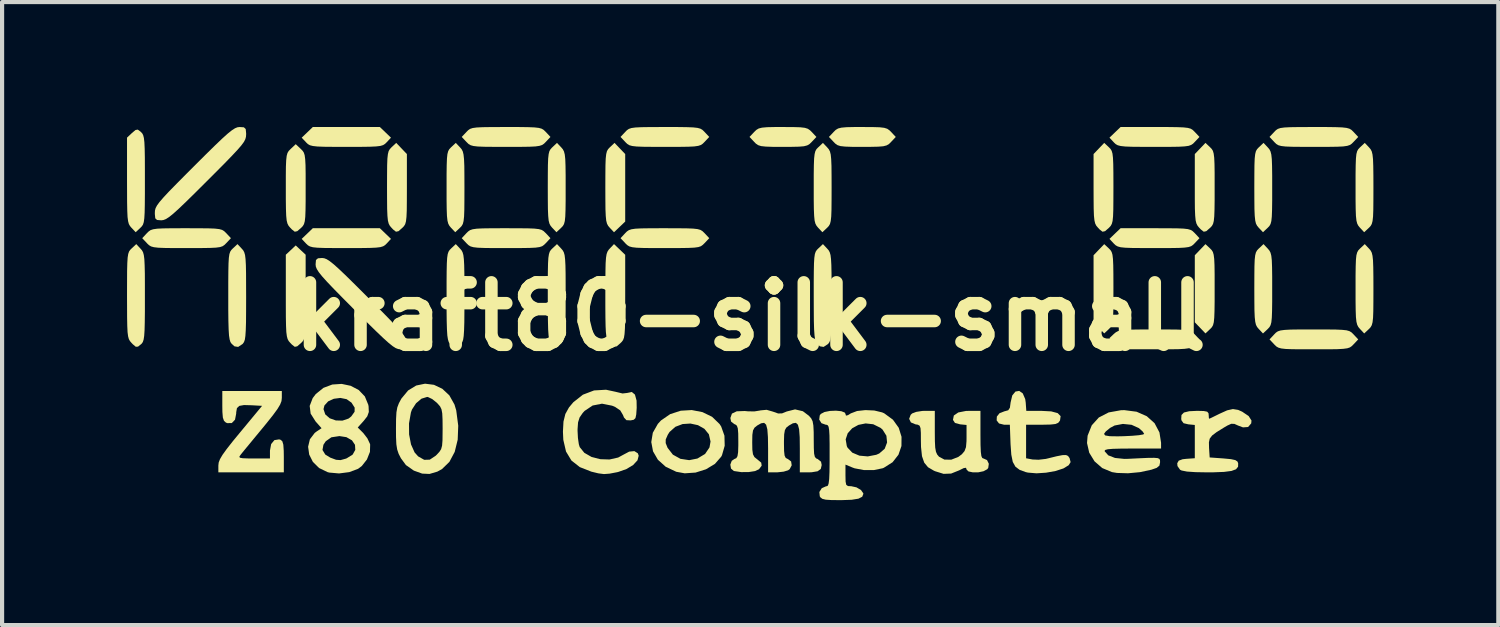
<source format=kicad_pcb>
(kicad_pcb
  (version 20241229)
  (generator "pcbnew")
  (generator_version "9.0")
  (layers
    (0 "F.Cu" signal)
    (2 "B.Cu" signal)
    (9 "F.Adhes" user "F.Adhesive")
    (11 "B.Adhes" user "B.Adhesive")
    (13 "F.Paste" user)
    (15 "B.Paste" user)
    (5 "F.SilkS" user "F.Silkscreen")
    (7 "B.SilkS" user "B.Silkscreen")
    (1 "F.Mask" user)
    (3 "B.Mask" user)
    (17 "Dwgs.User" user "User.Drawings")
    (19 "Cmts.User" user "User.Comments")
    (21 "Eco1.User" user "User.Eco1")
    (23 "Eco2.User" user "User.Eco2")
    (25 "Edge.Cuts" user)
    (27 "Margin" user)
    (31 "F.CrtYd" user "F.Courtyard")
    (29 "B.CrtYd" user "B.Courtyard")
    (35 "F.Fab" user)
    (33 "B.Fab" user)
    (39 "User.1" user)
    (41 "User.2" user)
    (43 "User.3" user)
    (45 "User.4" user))
  (footprint "kraft80-silk-small"
    (layer "F.Cu")
    (at 14.964 4.551)
    (property "Reference" "kraft80-silk-small" (at 0 0 0) (layer "F.SilkS") (effects (font (size 1.5 1.5) (thickness 0.3))))
    (attr board_only exclude_from_pos_files exclude_from_bom)
    (fp_poly (pts (xy -3.13 -4.036) (xy -3.002 -3.902) (xy -3.002 -3.092) (xy -3.002 -2.281) (xy -3.136 -2.153) (xy -3.271 -2.024) (xy -3.375 -2.135) (xy -3.412 -2.179) (xy -3.439 -2.231) (xy -3.458 -2.305) (xy -3.469 -2.416) (xy -3.476 -2.578) (xy -3.478 -2.807) (xy -3.479 -3.104) (xy -3.478 -3.41) (xy -3.476 -3.635) (xy -3.47 -3.794) (xy -3.458 -3.901) (xy -3.44 -3.972) (xy -3.412 -4.02) (xy -3.375 -4.06) (xy -3.369 -4.066) (xy -3.258 -4.17)) (stroke (width 0) (type solid)) (fill yes) (layer "F.SilkS"))
    (fp_poly (pts (xy -8.759 -4.423) (xy -8.626 -4.295) (xy -8.729 -4.185) (xy -8.769 -4.146) (xy -8.815 -4.117) (xy -8.881 -4.097) (xy -8.982 -4.085) (xy -9.132 -4.078) (xy -9.346 -4.075) (xy -9.638 -4.074) (xy -9.698 -4.074) (xy -10.005 -4.075) (xy -10.231 -4.077) (xy -10.391 -4.083) (xy -10.5 -4.095) (xy -10.571 -4.113) (xy -10.619 -4.14) (xy -10.659 -4.177) (xy -10.666 -4.185) (xy -10.77 -4.295) (xy -10.636 -4.423) (xy -10.503 -4.551) (xy -9.698 -4.551) (xy -8.893 -4.551)) (stroke (width 0) (type solid)) (fill yes) (layer "F.SilkS"))
    (fp_poly (pts (xy -8.759 -1.993) (xy -8.626 -1.865) (xy -8.729 -1.754) (xy -8.769 -1.715) (xy -8.815 -1.687) (xy -8.881 -1.667) (xy -8.982 -1.655) (xy -9.132 -1.648) (xy -9.346 -1.645) (xy -9.638 -1.644) (xy -9.698 -1.644) (xy -10.005 -1.645) (xy -10.231 -1.647) (xy -10.391 -1.653) (xy -10.5 -1.664) (xy -10.571 -1.683) (xy -10.619 -1.71) (xy -10.659 -1.747) (xy -10.666 -1.754) (xy -10.77 -1.865) (xy -10.636 -1.993) (xy -10.503 -2.121) (xy -9.698 -2.121) (xy -8.893 -2.121)) (stroke (width 0) (type solid)) (fill yes) (layer "F.SilkS"))
    (fp_poly (pts (xy 8.611 -1.636) (xy 8.65 -1.596) (xy 8.678 -1.55) (xy 8.698 -1.484) (xy 8.71 -1.383) (xy 8.717 -1.233) (xy 8.72 -1.019) (xy 8.721 -0.727) (xy 8.721 -0.667) (xy 8.72 -0.36) (xy 8.718 -0.134) (xy 8.712 0.026) (xy 8.701 0.135) (xy 8.682 0.206) (xy 8.655 0.254) (xy 8.618 0.294) (xy 8.611 0.301) (xy 8.5 0.405) (xy 8.372 0.271) (xy 8.244 0.138) (xy 8.244 -0.667) (xy 8.244 -1.472) (xy 8.372 -1.606) (xy 8.5 -1.739)) (stroke (width 0) (type solid)) (fill yes) (layer "F.SilkS"))
    (fp_poly (pts (xy 11.041 -1.636) (xy 11.08 -1.596) (xy 11.109 -1.55) (xy 11.128 -1.484) (xy 11.141 -1.383) (xy 11.148 -1.233) (xy 11.151 -1.019) (xy 11.151 -0.727) (xy 11.151 -0.667) (xy 11.151 -0.36) (xy 11.148 -0.134) (xy 11.142 0.026) (xy 11.131 0.135) (xy 11.113 0.206) (xy 11.086 0.254) (xy 11.049 0.294) (xy 11.041 0.301) (xy 10.931 0.405) (xy 10.803 0.271) (xy 10.675 0.138) (xy 10.675 -0.667) (xy 10.675 -1.472) (xy 10.803 -1.606) (xy 10.931 -1.739)) (stroke (width 0) (type solid)) (fill yes) (layer "F.SilkS"))
    (fp_poly (pts (xy -10.794 -1.596) (xy -10.675 -1.485) (xy -10.675 -0.477) (xy -10.675 -0.142) (xy -10.677 0.11) (xy -10.681 0.294) (xy -10.69 0.422) (xy -10.704 0.507) (xy -10.725 0.564) (xy -10.754 0.604) (xy -10.785 0.635) (xy -10.876 0.714) (xy -10.936 0.727) (xy -11.005 0.673) (xy -11.048 0.628) (xy -11.082 0.588) (xy -11.108 0.54) (xy -11.126 0.472) (xy -11.139 0.371) (xy -11.146 0.222) (xy -11.15 0.013) (xy -11.151 -0.27) (xy -11.151 -0.483) (xy -11.151 -1.485) (xy -11.032 -1.596) (xy -10.913 -1.708)) (stroke (width 0) (type solid)) (fill yes) (layer "F.SilkS"))
    (fp_poly (pts (xy 1.031 -4.55) (xy 1.199 -4.545) (xy 1.311 -4.532) (xy 1.383 -4.509) (xy 1.437 -4.472) (xy 1.477 -4.432) (xy 1.589 -4.313) (xy 1.477 -4.194) (xy 1.425 -4.143) (xy 1.369 -4.11) (xy 1.289 -4.089) (xy 1.166 -4.079) (xy 0.982 -4.075) (xy 0.786 -4.074) (xy 0.542 -4.075) (xy 0.373 -4.081) (xy 0.262 -4.093) (xy 0.189 -4.116) (xy 0.135 -4.153) (xy 0.095 -4.194) (xy -0.017 -4.313) (xy 0.095 -4.432) (xy 0.147 -4.482) (xy 0.204 -4.516) (xy 0.284 -4.536) (xy 0.406 -4.547) (xy 0.591 -4.551) (xy 0.786 -4.551)) (stroke (width 0) (type solid)) (fill yes) (layer "F.SilkS"))
    (fp_poly (pts (xy 2.937 -4.55) (xy 3.106 -4.545) (xy 3.217 -4.532) (xy 3.29 -4.509) (xy 3.343 -4.472) (xy 3.383 -4.432) (xy 3.495 -4.313) (xy 3.383 -4.194) (xy 3.332 -4.143) (xy 3.275 -4.11) (xy 3.195 -4.089) (xy 3.072 -4.079) (xy 2.888 -4.075) (xy 2.692 -4.074) (xy 2.448 -4.075) (xy 2.279 -4.081) (xy 2.168 -4.093) (xy 2.095 -4.116) (xy 2.042 -4.153) (xy 2.002 -4.194) (xy 1.89 -4.313) (xy 2.002 -4.432) (xy 2.053 -4.482) (xy 2.11 -4.516) (xy 2.19 -4.536) (xy 2.313 -4.547) (xy 2.497 -4.551) (xy 2.692 -4.551)) (stroke (width 0) (type solid)) (fill yes) (layer "F.SilkS"))
    (fp_poly (pts (xy 10.01 0.31) (xy 10.234 0.312) (xy 10.393 0.318) (xy 10.5 0.33) (xy 10.571 0.348) (xy 10.62 0.376) (xy 10.661 0.414) (xy 10.675 0.429) (xy 10.787 0.548) (xy 10.675 0.667) (xy 10.632 0.71) (xy 10.587 0.741) (xy 10.524 0.762) (xy 10.428 0.775) (xy 10.285 0.783) (xy 10.08 0.786) (xy 9.797 0.786) (xy 9.722 0.786) (xy 8.882 0.786) (xy 8.753 0.652) (xy 8.625 0.518) (xy 8.735 0.414) (xy 8.78 0.377) (xy 8.831 0.35) (xy 8.905 0.331) (xy 9.016 0.319) (xy 9.179 0.313) (xy 9.408 0.31) (xy 9.704 0.31)) (stroke (width 0) (type solid)) (fill yes) (layer "F.SilkS"))
    (fp_poly (pts (xy 10.028 -4.551) (xy 10.248 -4.548) (xy 10.403 -4.542) (xy 10.507 -4.53) (xy 10.576 -4.511) (xy 10.624 -4.482) (xy 10.666 -4.441) (xy 10.675 -4.432) (xy 10.787 -4.313) (xy 10.675 -4.194) (xy 10.633 -4.151) (xy 10.588 -4.121) (xy 10.526 -4.099) (xy 10.432 -4.086) (xy 10.292 -4.078) (xy 10.09 -4.075) (xy 9.813 -4.074) (xy 9.698 -4.074) (xy 9.391 -4.075) (xy 9.164 -4.077) (xy 9.004 -4.083) (xy 8.896 -4.095) (xy 8.825 -4.113) (xy 8.776 -4.14) (xy 8.736 -4.177) (xy 8.729 -4.185) (xy 8.626 -4.295) (xy 8.759 -4.423) (xy 8.893 -4.551) (xy 9.728 -4.551)) (stroke (width 0) (type solid)) (fill yes) (layer "F.SilkS"))
    (fp_poly (pts (xy 10.028 -2.12) (xy 10.248 -2.118) (xy 10.403 -2.112) (xy 10.507 -2.1) (xy 10.576 -2.08) (xy 10.624 -2.051) (xy 10.666 -2.011) (xy 10.675 -2.002) (xy 10.787 -1.882) (xy 10.675 -1.763) (xy 10.633 -1.721) (xy 10.588 -1.69) (xy 10.526 -1.669) (xy 10.432 -1.656) (xy 10.292 -1.648) (xy 10.09 -1.645) (xy 9.813 -1.644) (xy 9.698 -1.644) (xy 9.391 -1.645) (xy 9.164 -1.647) (xy 9.004 -1.653) (xy 8.896 -1.664) (xy 8.825 -1.683) (xy 8.776 -1.71) (xy 8.736 -1.747) (xy 8.729 -1.754) (xy 8.626 -1.865) (xy 8.759 -1.993) (xy 8.893 -2.121) (xy 9.728 -2.121)) (stroke (width 0) (type solid)) (fill yes) (layer "F.SilkS"))
    (fp_poly (pts (xy -8.372 -4.036) (xy -8.244 -3.902) (xy -8.244 -3.068) (xy -8.245 -2.766) (xy -8.247 -2.546) (xy -8.254 -2.391) (xy -8.266 -2.287) (xy -8.285 -2.218) (xy -8.314 -2.171) (xy -8.353 -2.13) (xy -8.355 -2.129) (xy -8.445 -2.05) (xy -8.506 -2.037) (xy -8.575 -2.091) (xy -8.617 -2.136) (xy -8.654 -2.18) (xy -8.681 -2.232) (xy -8.7 -2.306) (xy -8.711 -2.417) (xy -8.718 -2.581) (xy -8.72 -2.81) (xy -8.721 -3.104) (xy -8.72 -3.41) (xy -8.718 -3.635) (xy -8.712 -3.794) (xy -8.7 -3.901) (xy -8.682 -3.972) (xy -8.654 -4.02) (xy -8.617 -4.06) (xy -8.611 -4.066) (xy -8.5 -4.17)) (stroke (width 0) (type solid)) (fill yes) (layer "F.SilkS"))
    (fp_poly (pts (xy 8.611 -4.066) (xy 8.65 -4.026) (xy 8.678 -3.98) (xy 8.698 -3.914) (xy 8.71 -3.813) (xy 8.717 -3.663) (xy 8.72 -3.449) (xy 8.721 -3.157) (xy 8.721 -3.098) (xy 8.72 -2.79) (xy 8.718 -2.564) (xy 8.712 -2.404) (xy 8.701 -2.296) (xy 8.682 -2.225) (xy 8.655 -2.176) (xy 8.618 -2.136) (xy 8.611 -2.129) (xy 8.52 -2.05) (xy 8.459 -2.037) (xy 8.39 -2.091) (xy 8.348 -2.136) (xy 8.31 -2.181) (xy 8.283 -2.234) (xy 8.265 -2.309) (xy 8.253 -2.423) (xy 8.247 -2.59) (xy 8.245 -2.825) (xy 8.244 -3.074) (xy 8.244 -3.902) (xy 8.372 -4.036) (xy 8.5 -4.17)) (stroke (width 0) (type solid)) (fill yes) (layer "F.SilkS"))
    (fp_poly (pts (xy 11.041 -4.066) (xy 11.08 -4.026) (xy 11.109 -3.98) (xy 11.128 -3.914) (xy 11.141 -3.813) (xy 11.148 -3.663) (xy 11.151 -3.449) (xy 11.151 -3.157) (xy 11.151 -3.098) (xy 11.151 -2.79) (xy 11.148 -2.564) (xy 11.142 -2.404) (xy 11.131 -2.296) (xy 11.113 -2.225) (xy 11.086 -2.176) (xy 11.049 -2.136) (xy 11.041 -2.129) (xy 10.95 -2.05) (xy 10.89 -2.037) (xy 10.821 -2.091) (xy 10.778 -2.136) (xy 10.741 -2.181) (xy 10.714 -2.234) (xy 10.695 -2.309) (xy 10.684 -2.423) (xy 10.677 -2.59) (xy 10.675 -2.825) (xy 10.675 -3.074) (xy 10.675 -3.902) (xy 10.803 -4.036) (xy 10.931 -4.17)) (stroke (width 0) (type solid)) (fill yes) (layer "F.SilkS"))
    (fp_poly (pts (xy -3.136 -1.612) (xy -3.002 -1.483) (xy -3.002 -0.476) (xy -3.003 -0.142) (xy -3.004 0.111) (xy -3.009 0.294) (xy -3.018 0.422) (xy -3.032 0.508) (xy -3.053 0.564) (xy -3.082 0.604) (xy -3.113 0.635) (xy -3.203 0.714) (xy -3.264 0.727) (xy -3.333 0.673) (xy -3.375 0.628) (xy -3.409 0.588) (xy -3.435 0.541) (xy -3.454 0.473) (xy -3.466 0.373) (xy -3.473 0.226) (xy -3.477 0.019) (xy -3.479 -0.261) (xy -3.479 -0.5) (xy -3.478 -0.838) (xy -3.476 -1.093) (xy -3.472 -1.279) (xy -3.463 -1.41) (xy -3.449 -1.498) (xy -3.428 -1.558) (xy -3.4 -1.602) (xy -3.375 -1.63) (xy -3.271 -1.74)) (stroke (width 0) (type solid)) (fill yes) (layer "F.SilkS"))
    (fp_poly (pts (xy -14.64 -4.441) (xy -14.631 -4.432) (xy -14.599 -4.399) (xy -14.576 -4.355) (xy -14.559 -4.288) (xy -14.547 -4.184) (xy -14.54 -4.032) (xy -14.536 -3.818) (xy -14.535 -3.53) (xy -14.535 -3.289) (xy -14.535 -2.946) (xy -14.537 -2.685) (xy -14.541 -2.493) (xy -14.549 -2.359) (xy -14.562 -2.268) (xy -14.581 -2.208) (xy -14.608 -2.167) (xy -14.643 -2.131) (xy -14.645 -2.129) (xy -14.756 -2.025) (xy -14.86 -2.135) (xy -14.894 -2.176) (xy -14.92 -2.223) (xy -14.938 -2.289) (xy -14.951 -2.389) (xy -14.958 -2.535) (xy -14.962 -2.741) (xy -14.963 -3.019) (xy -14.964 -3.271) (xy -14.964 -4.296) (xy -14.845 -4.408) (xy -14.761 -4.479) (xy -14.706 -4.489)) (stroke (width 0) (type solid)) (fill yes) (layer "F.SilkS"))
    (fp_poly (pts (xy -6.966 -4.06) (xy -6.929 -4.016) (xy -6.902 -3.964) (xy -6.884 -3.89) (xy -6.872 -3.779) (xy -6.865 -3.616) (xy -6.863 -3.386) (xy -6.862 -3.091) (xy -6.863 -2.785) (xy -6.865 -2.56) (xy -6.871 -2.401) (xy -6.883 -2.294) (xy -6.901 -2.223) (xy -6.929 -2.175) (xy -6.966 -2.135) (xy -6.973 -2.129) (xy -7.083 -2.025) (xy -7.187 -2.135) (xy -7.224 -2.18) (xy -7.251 -2.231) (xy -7.27 -2.305) (xy -7.282 -2.417) (xy -7.288 -2.579) (xy -7.291 -2.809) (xy -7.291 -3.104) (xy -7.291 -3.41) (xy -7.288 -3.635) (xy -7.282 -3.794) (xy -7.271 -3.901) (xy -7.252 -3.972) (xy -7.225 -4.02) (xy -7.187 -4.06) (xy -7.181 -4.066) (xy -7.07 -4.17)) (stroke (width 0) (type solid)) (fill yes) (layer "F.SilkS"))
    (fp_poly (pts (xy -4.536 -4.06) (xy -4.499 -4.016) (xy -4.472 -3.964) (xy -4.453 -3.89) (xy -4.441 -3.779) (xy -4.435 -3.616) (xy -4.432 -3.386) (xy -4.432 -3.091) (xy -4.432 -2.785) (xy -4.435 -2.56) (xy -4.441 -2.401) (xy -4.452 -2.294) (xy -4.471 -2.223) (xy -4.498 -2.175) (xy -4.536 -2.135) (xy -4.542 -2.129) (xy -4.653 -2.025) (xy -4.757 -2.135) (xy -4.794 -2.18) (xy -4.821 -2.231) (xy -4.84 -2.305) (xy -4.851 -2.417) (xy -4.858 -2.579) (xy -4.86 -2.809) (xy -4.861 -3.104) (xy -4.86 -3.41) (xy -4.858 -3.635) (xy -4.852 -3.794) (xy -4.84 -3.901) (xy -4.822 -3.972) (xy -4.794 -4.02) (xy -4.757 -4.06) (xy -4.75 -4.066) (xy -4.64 -4.17)) (stroke (width 0) (type solid)) (fill yes) (layer "F.SilkS"))
    (fp_poly (pts (xy 1.85 -4.06) (xy 1.887 -4.016) (xy 1.914 -3.964) (xy 1.933 -3.89) (xy 1.944 -3.779) (xy 1.951 -3.616) (xy 1.953 -3.386) (xy 1.954 -3.091) (xy 1.953 -2.785) (xy 1.951 -2.56) (xy 1.945 -2.401) (xy 1.933 -2.294) (xy 1.915 -2.223) (xy 1.887 -2.175) (xy 1.85 -2.135) (xy 1.843 -2.129) (xy 1.733 -2.025) (xy 1.629 -2.135) (xy 1.592 -2.18) (xy 1.565 -2.231) (xy 1.546 -2.305) (xy 1.535 -2.417) (xy 1.528 -2.579) (xy 1.525 -2.809) (xy 1.525 -3.104) (xy 1.525 -3.41) (xy 1.528 -3.635) (xy 1.534 -3.794) (xy 1.546 -3.901) (xy 1.564 -3.972) (xy 1.591 -4.02) (xy 1.629 -4.06) (xy 1.636 -4.066) (xy 1.746 -4.17)) (stroke (width 0) (type solid)) (fill yes) (layer "F.SilkS"))
    (fp_poly (pts (xy 12.429 -4.06) (xy 12.466 -4.016) (xy 12.493 -3.964) (xy 12.512 -3.89) (xy 12.524 -3.779) (xy 12.53 -3.616) (xy 12.533 -3.386) (xy 12.533 -3.091) (xy 12.533 -2.785) (xy 12.53 -2.56) (xy 12.524 -2.401) (xy 12.513 -2.294) (xy 12.494 -2.223) (xy 12.467 -2.175) (xy 12.429 -2.135) (xy 12.423 -2.129) (xy 12.312 -2.025) (xy 12.208 -2.135) (xy 12.171 -2.18) (xy 12.144 -2.231) (xy 12.126 -2.305) (xy 12.114 -2.417) (xy 12.107 -2.579) (xy 12.105 -2.809) (xy 12.104 -3.104) (xy 12.105 -3.41) (xy 12.107 -3.635) (xy 12.113 -3.794) (xy 12.125 -3.901) (xy 12.143 -3.972) (xy 12.171 -4.02) (xy 12.208 -4.06) (xy 12.215 -4.066) (xy 12.325 -4.17)) (stroke (width 0) (type solid)) (fill yes) (layer "F.SilkS"))
    (fp_poly (pts (xy 12.429 -1.629) (xy 12.466 -1.585) (xy 12.493 -1.533) (xy 12.512 -1.459) (xy 12.524 -1.348) (xy 12.53 -1.185) (xy 12.533 -0.956) (xy 12.533 -0.66) (xy 12.533 -0.355) (xy 12.53 -0.13) (xy 12.524 0.029) (xy 12.513 0.137) (xy 12.494 0.207) (xy 12.467 0.255) (xy 12.429 0.296) (xy 12.423 0.302) (xy 12.312 0.406) (xy 12.208 0.295) (xy 12.171 0.251) (xy 12.144 0.199) (xy 12.126 0.125) (xy 12.114 0.014) (xy 12.107 -0.149) (xy 12.105 -0.378) (xy 12.104 -0.674) (xy 12.105 -0.98) (xy 12.107 -1.205) (xy 12.113 -1.364) (xy 12.125 -1.471) (xy 12.143 -1.541) (xy 12.171 -1.59) (xy 12.208 -1.63) (xy 12.215 -1.636) (xy 12.325 -1.74)) (stroke (width 0) (type solid)) (fill yes) (layer "F.SilkS"))
    (fp_poly (pts (xy 14.86 -4.06) (xy 14.897 -4.016) (xy 14.924 -3.964) (xy 14.942 -3.89) (xy 14.954 -3.779) (xy 14.96 -3.616) (xy 14.963 -3.386) (xy 14.964 -3.091) (xy 14.963 -2.785) (xy 14.961 -2.56) (xy 14.955 -2.401) (xy 14.943 -2.294) (xy 14.924 -2.223) (xy 14.897 -2.175) (xy 14.86 -2.135) (xy 14.853 -2.129) (xy 14.742 -2.025) (xy 14.639 -2.135) (xy 14.602 -2.18) (xy 14.575 -2.231) (xy 14.556 -2.305) (xy 14.544 -2.417) (xy 14.538 -2.579) (xy 14.535 -2.809) (xy 14.535 -3.104) (xy 14.535 -3.41) (xy 14.538 -3.635) (xy 14.544 -3.794) (xy 14.555 -3.901) (xy 14.574 -3.972) (xy 14.601 -4.02) (xy 14.639 -4.06) (xy 14.645 -4.066) (xy 14.756 -4.17)) (stroke (width 0) (type solid)) (fill yes) (layer "F.SilkS"))
    (fp_poly (pts (xy 14.86 -1.629) (xy 14.897 -1.585) (xy 14.924 -1.533) (xy 14.942 -1.459) (xy 14.954 -1.348) (xy 14.96 -1.185) (xy 14.963 -0.956) (xy 14.964 -0.66) (xy 14.963 -0.355) (xy 14.961 -0.13) (xy 14.955 0.029) (xy 14.943 0.137) (xy 14.924 0.207) (xy 14.897 0.255) (xy 14.86 0.296) (xy 14.853 0.302) (xy 14.742 0.406) (xy 14.639 0.295) (xy 14.602 0.251) (xy 14.575 0.199) (xy 14.556 0.125) (xy 14.544 0.014) (xy 14.538 -0.149) (xy 14.535 -0.378) (xy 14.535 -0.674) (xy 14.535 -0.98) (xy 14.538 -1.205) (xy 14.544 -1.364) (xy 14.555 -1.471) (xy 14.574 -1.541) (xy 14.601 -1.59) (xy 14.639 -1.63) (xy 14.645 -1.636) (xy 14.756 -1.74)) (stroke (width 0) (type solid)) (fill yes) (layer "F.SilkS"))
    (fp_poly (pts (xy -13.232 -2.12) (xy -13.011 -2.118) (xy -12.855 -2.112) (xy -12.75 -2.1) (xy -12.681 -2.081) (xy -12.633 -2.052) (xy -12.591 -2.012) (xy -12.581 -2.002) (xy -12.469 -1.882) (xy -12.581 -1.763) (xy -12.623 -1.721) (xy -12.669 -1.689) (xy -12.732 -1.668) (xy -12.828 -1.655) (xy -12.971 -1.648) (xy -13.176 -1.645) (xy -13.458 -1.644) (xy -13.534 -1.644) (xy -13.836 -1.644) (xy -14.057 -1.647) (xy -14.213 -1.653) (xy -14.318 -1.665) (xy -14.387 -1.684) (xy -14.435 -1.713) (xy -14.477 -1.752) (xy -14.487 -1.763) (xy -14.599 -1.882) (xy -14.487 -2.002) (xy -14.444 -2.044) (xy -14.399 -2.075) (xy -14.336 -2.096) (xy -14.24 -2.11) (xy -14.097 -2.117) (xy -13.892 -2.12) (xy -13.61 -2.121) (xy -13.534 -2.121)) (stroke (width 0) (type solid)) (fill yes) (layer "F.SilkS"))
    (fp_poly (pts (xy -5.56 -4.551) (xy -5.338 -4.548) (xy -5.183 -4.542) (xy -5.078 -4.53) (xy -5.009 -4.511) (xy -4.961 -4.483) (xy -4.919 -4.443) (xy -4.908 -4.432) (xy -4.797 -4.313) (xy -4.908 -4.194) (xy -4.951 -4.151) (xy -4.996 -4.12) (xy -5.06 -4.099) (xy -5.155 -4.085) (xy -5.298 -4.078) (xy -5.503 -4.075) (xy -5.786 -4.074) (xy -5.862 -4.074) (xy -6.163 -4.075) (xy -6.385 -4.077) (xy -6.54 -4.083) (xy -6.645 -4.095) (xy -6.714 -4.114) (xy -6.763 -4.143) (xy -6.804 -4.183) (xy -6.815 -4.194) (xy -6.927 -4.313) (xy -6.815 -4.432) (xy -6.772 -4.475) (xy -6.727 -4.506) (xy -6.664 -4.527) (xy -6.568 -4.54) (xy -6.425 -4.547) (xy -6.22 -4.55) (xy -5.937 -4.551) (xy -5.862 -4.551)) (stroke (width 0) (type solid)) (fill yes) (layer "F.SilkS"))
    (fp_poly (pts (xy -5.56 -2.12) (xy -5.338 -2.118) (xy -5.183 -2.112) (xy -5.078 -2.1) (xy -5.009 -2.081) (xy -4.961 -2.052) (xy -4.919 -2.012) (xy -4.908 -2.002) (xy -4.797 -1.882) (xy -4.908 -1.763) (xy -4.951 -1.721) (xy -4.996 -1.689) (xy -5.06 -1.668) (xy -5.155 -1.655) (xy -5.298 -1.648) (xy -5.503 -1.645) (xy -5.786 -1.644) (xy -5.862 -1.644) (xy -6.163 -1.644) (xy -6.385 -1.647) (xy -6.54 -1.653) (xy -6.645 -1.665) (xy -6.714 -1.684) (xy -6.763 -1.713) (xy -6.804 -1.752) (xy -6.815 -1.763) (xy -6.927 -1.882) (xy -6.815 -2.002) (xy -6.772 -2.044) (xy -6.727 -2.075) (xy -6.664 -2.096) (xy -6.568 -2.11) (xy -6.425 -2.117) (xy -6.22 -2.12) (xy -5.937 -2.121) (xy -5.862 -2.121)) (stroke (width 0) (type solid)) (fill yes) (layer "F.SilkS"))
    (fp_poly (pts (xy -1.747 -4.551) (xy -1.526 -4.548) (xy -1.37 -4.542) (xy -1.265 -4.53) (xy -1.196 -4.511) (xy -1.148 -4.483) (xy -1.106 -4.443) (xy -1.096 -4.432) (xy -0.984 -4.313) (xy -1.096 -4.194) (xy -1.139 -4.151) (xy -1.184 -4.12) (xy -1.247 -4.099) (xy -1.343 -4.085) (xy -1.486 -4.078) (xy -1.691 -4.075) (xy -1.973 -4.074) (xy -2.049 -4.074) (xy -2.351 -4.075) (xy -2.572 -4.077) (xy -2.728 -4.083) (xy -2.833 -4.095) (xy -2.902 -4.114) (xy -2.95 -4.143) (xy -2.992 -4.183) (xy -3.002 -4.194) (xy -3.114 -4.313) (xy -3.002 -4.432) (xy -2.96 -4.475) (xy -2.914 -4.506) (xy -2.851 -4.527) (xy -2.756 -4.54) (xy -2.613 -4.547) (xy -2.407 -4.55) (xy -2.125 -4.551) (xy -2.049 -4.551)) (stroke (width 0) (type solid)) (fill yes) (layer "F.SilkS"))
    (fp_poly (pts (xy -1.747 -2.12) (xy -1.526 -2.118) (xy -1.37 -2.112) (xy -1.265 -2.1) (xy -1.196 -2.081) (xy -1.148 -2.052) (xy -1.106 -2.012) (xy -1.096 -2.002) (xy -0.984 -1.882) (xy -1.096 -1.763) (xy -1.139 -1.721) (xy -1.184 -1.689) (xy -1.247 -1.668) (xy -1.343 -1.655) (xy -1.486 -1.648) (xy -1.691 -1.645) (xy -1.973 -1.644) (xy -2.049 -1.644) (xy -2.351 -1.644) (xy -2.572 -1.647) (xy -2.728 -1.653) (xy -2.833 -1.665) (xy -2.902 -1.684) (xy -2.95 -1.713) (xy -2.992 -1.752) (xy -3.002 -1.763) (xy -3.114 -1.882) (xy -3.002 -2.002) (xy -2.96 -2.044) (xy -2.914 -2.075) (xy -2.851 -2.096) (xy -2.756 -2.11) (xy -2.613 -2.117) (xy -2.407 -2.12) (xy -2.125 -2.121) (xy -2.049 -2.121)) (stroke (width 0) (type solid)) (fill yes) (layer "F.SilkS"))
    (fp_poly (pts (xy 13.836 -4.551) (xy 14.057 -4.548) (xy 14.213 -4.542) (xy 14.318 -4.53) (xy 14.387 -4.511) (xy 14.435 -4.483) (xy 14.477 -4.443) (xy 14.487 -4.432) (xy 14.599 -4.313) (xy 14.487 -4.194) (xy 14.444 -4.151) (xy 14.399 -4.12) (xy 14.336 -4.099) (xy 14.24 -4.085) (xy 14.097 -4.078) (xy 13.892 -4.075) (xy 13.61 -4.074) (xy 13.534 -4.074) (xy 13.232 -4.075) (xy 13.011 -4.077) (xy 12.855 -4.083) (xy 12.75 -4.095) (xy 12.681 -4.114) (xy 12.633 -4.143) (xy 12.591 -4.183) (xy 12.581 -4.194) (xy 12.469 -4.313) (xy 12.581 -4.432) (xy 12.623 -4.475) (xy 12.669 -4.506) (xy 12.732 -4.527) (xy 12.828 -4.54) (xy 12.971 -4.547) (xy 13.176 -4.55) (xy 13.458 -4.551) (xy 13.534 -4.551)) (stroke (width 0) (type solid)) (fill yes) (layer "F.SilkS"))
    (fp_poly (pts (xy 13.836 0.31) (xy 14.057 0.312) (xy 14.213 0.319) (xy 14.318 0.33) (xy 14.387 0.35) (xy 14.435 0.378) (xy 14.477 0.418) (xy 14.487 0.429) (xy 14.599 0.548) (xy 14.487 0.667) (xy 14.444 0.71) (xy 14.399 0.741) (xy 14.336 0.762) (xy 14.24 0.775) (xy 14.097 0.783) (xy 13.892 0.786) (xy 13.61 0.786) (xy 13.534 0.786) (xy 13.232 0.786) (xy 13.011 0.784) (xy 12.855 0.778) (xy 12.75 0.766) (xy 12.681 0.746) (xy 12.633 0.718) (xy 12.591 0.678) (xy 12.581 0.667) (xy 12.469 0.548) (xy 12.581 0.429) (xy 12.623 0.386) (xy 12.669 0.355) (xy 12.732 0.334) (xy 12.828 0.321) (xy 12.971 0.313) (xy 13.176 0.31) (xy 13.458 0.31) (xy 13.534 0.31)) (stroke (width 0) (type solid)) (fill yes) (layer "F.SilkS"))
    (fp_poly (pts (xy -12.208 -1.629) (xy -12.174 -1.59) (xy -12.149 -1.543) (xy -12.13 -1.477) (xy -12.118 -1.379) (xy -12.11 -1.235) (xy -12.106 -1.032) (xy -12.105 -0.758) (xy -12.104 -0.469) (xy -12.105 -0.124) (xy -12.107 0.139) (xy -12.113 0.331) (xy -12.122 0.466) (xy -12.135 0.555) (xy -12.155 0.612) (xy -12.181 0.649) (xy -12.191 0.66) (xy -12.296 0.729) (xy -12.384 0.715) (xy -12.454 0.651) (xy -12.481 0.612) (xy -12.5 0.55) (xy -12.515 0.454) (xy -12.524 0.311) (xy -12.53 0.109) (xy -12.533 -0.164) (xy -12.533 -0.484) (xy -12.533 -0.826) (xy -12.531 -1.085) (xy -12.527 -1.275) (xy -12.519 -1.409) (xy -12.506 -1.499) (xy -12.486 -1.558) (xy -12.459 -1.599) (xy -12.423 -1.636) (xy -12.423 -1.636) (xy -12.312 -1.74)) (stroke (width 0) (type solid)) (fill yes) (layer "F.SilkS"))
    (fp_poly (pts (xy -10.794 -4.027) (xy -10.751 -3.984) (xy -10.72 -3.939) (xy -10.699 -3.876) (xy -10.686 -3.78) (xy -10.678 -3.637) (xy -10.675 -3.432) (xy -10.675 -3.15) (xy -10.675 -3.074) (xy -10.675 -2.771) (xy -10.678 -2.55) (xy -10.684 -2.393) (xy -10.696 -2.288) (xy -10.715 -2.22) (xy -10.743 -2.172) (xy -10.782 -2.131) (xy -10.785 -2.129) (xy -10.876 -2.05) (xy -10.936 -2.037) (xy -11.005 -2.091) (xy -11.048 -2.136) (xy -11.085 -2.18) (xy -11.112 -2.233) (xy -11.131 -2.309) (xy -11.142 -2.422) (xy -11.148 -2.588) (xy -11.151 -2.822) (xy -11.151 -3.08) (xy -11.151 -3.381) (xy -11.149 -3.601) (xy -11.142 -3.755) (xy -11.13 -3.86) (xy -11.111 -3.928) (xy -11.082 -3.976) (xy -11.041 -4.018) (xy -11.032 -4.027) (xy -10.913 -4.139)) (stroke (width 0) (type solid)) (fill yes) (layer "F.SilkS"))
    (fp_poly (pts (xy -6.966 -1.629) (xy -6.932 -1.59) (xy -6.907 -1.543) (xy -6.888 -1.477) (xy -6.876 -1.379) (xy -6.868 -1.235) (xy -6.864 -1.032) (xy -6.863 -0.758) (xy -6.862 -0.469) (xy -6.863 -0.124) (xy -6.865 0.139) (xy -6.871 0.331) (xy -6.88 0.466) (xy -6.893 0.555) (xy -6.913 0.612) (xy -6.939 0.649) (xy -6.949 0.66) (xy -7.054 0.729) (xy -7.142 0.715) (xy -7.212 0.651) (xy -7.239 0.612) (xy -7.258 0.55) (xy -7.273 0.454) (xy -7.282 0.311) (xy -7.288 0.109) (xy -7.291 -0.164) (xy -7.291 -0.484) (xy -7.291 -0.826) (xy -7.289 -1.085) (xy -7.285 -1.275) (xy -7.277 -1.409) (xy -7.264 -1.499) (xy -7.244 -1.558) (xy -7.217 -1.599) (xy -7.181 -1.636) (xy -7.181 -1.636) (xy -7.07 -1.74)) (stroke (width 0) (type solid)) (fill yes) (layer "F.SilkS"))
    (fp_poly (pts (xy 1.85 -1.629) (xy 1.884 -1.59) (xy 1.909 -1.543) (xy 1.928 -1.477) (xy 1.94 -1.379) (xy 1.948 -1.235) (xy 1.952 -1.032) (xy 1.954 -0.758) (xy 1.954 -0.469) (xy 1.953 -0.124) (xy 1.951 0.139) (xy 1.946 0.331) (xy 1.937 0.466) (xy 1.923 0.555) (xy 1.903 0.612) (xy 1.877 0.649) (xy 1.867 0.66) (xy 1.762 0.729) (xy 1.674 0.715) (xy 1.604 0.651) (xy 1.578 0.612) (xy 1.558 0.55) (xy 1.544 0.454) (xy 1.534 0.311) (xy 1.528 0.109) (xy 1.526 -0.164) (xy 1.525 -0.484) (xy 1.525 -0.826) (xy 1.527 -1.085) (xy 1.531 -1.275) (xy 1.539 -1.409) (xy 1.552 -1.499) (xy 1.572 -1.558) (xy 1.599 -1.599) (xy 1.635 -1.636) (xy 1.636 -1.636) (xy 1.746 -1.74)) (stroke (width 0) (type solid)) (fill yes) (layer "F.SilkS"))
    (fp_poly (pts (xy -14.639 -1.629) (xy -14.605 -1.59) (xy -14.579 -1.543) (xy -14.561 -1.477) (xy -14.548 -1.379) (xy -14.541 -1.235) (xy -14.536 -1.032) (xy -14.535 -0.758) (xy -14.535 -0.469) (xy -14.535 -0.124) (xy -14.538 0.139) (xy -14.543 0.331) (xy -14.552 0.466) (xy -14.566 0.555) (xy -14.585 0.612) (xy -14.611 0.649) (xy -14.622 0.66) (xy -14.699 0.722) (xy -14.754 0.725) (xy -14.825 0.665) (xy -14.86 0.628) (xy -14.894 0.588) (xy -14.92 0.541) (xy -14.938 0.474) (xy -14.951 0.374) (xy -14.958 0.227) (xy -14.962 0.021) (xy -14.963 -0.257) (xy -14.964 -0.507) (xy -14.963 -0.845) (xy -14.962 -1.1) (xy -14.957 -1.287) (xy -14.949 -1.417) (xy -14.935 -1.504) (xy -14.915 -1.562) (xy -14.887 -1.602) (xy -14.853 -1.636) (xy -14.742 -1.74)) (stroke (width 0) (type solid)) (fill yes) (layer "F.SilkS"))
    (fp_poly (pts (xy -4.536 -1.629) (xy -4.502 -1.589) (xy -4.476 -1.542) (xy -4.457 -1.475) (xy -4.445 -1.375) (xy -4.437 -1.229) (xy -4.433 -1.024) (xy -4.432 -0.746) (xy -4.432 -0.494) (xy -4.432 -0.156) (xy -4.434 0.099) (xy -4.438 0.286) (xy -4.447 0.416) (xy -4.461 0.503) (xy -4.481 0.561) (xy -4.509 0.602) (xy -4.542 0.635) (xy -4.634 0.714) (xy -4.693 0.729) (xy -4.754 0.682) (xy -4.782 0.651) (xy -4.808 0.612) (xy -4.828 0.55) (xy -4.842 0.454) (xy -4.852 0.311) (xy -4.857 0.109) (xy -4.86 -0.164) (xy -4.861 -0.484) (xy -4.861 -0.826) (xy -4.859 -1.085) (xy -4.855 -1.275) (xy -4.847 -1.409) (xy -4.833 -1.499) (xy -4.814 -1.558) (xy -4.787 -1.599) (xy -4.751 -1.636) (xy -4.75 -1.636) (xy -4.64 -1.74)) (stroke (width 0) (type solid)) (fill yes) (layer "F.SilkS"))
    (fp_poly (pts (xy -10.229 -1.4) (xy -10.17 -1.377) (xy -10.096 -1.33) (xy -9.998 -1.252) (xy -9.868 -1.135) (xy -9.697 -0.972) (xy -9.477 -0.755) (xy -9.199 -0.478) (xy -9.185 -0.464) (xy -8.905 -0.183) (xy -8.686 0.04) (xy -8.521 0.213) (xy -8.402 0.345) (xy -8.322 0.444) (xy -8.274 0.52) (xy -8.251 0.579) (xy -8.244 0.631) (xy -8.244 0.632) (xy -8.254 0.738) (xy -8.301 0.78) (xy -8.4 0.786) (xy -8.452 0.78) (xy -8.511 0.758) (xy -8.585 0.711) (xy -8.683 0.632) (xy -8.813 0.515) (xy -8.984 0.352) (xy -9.204 0.136) (xy -9.482 -0.141) (xy -9.496 -0.155) (xy -9.775 -0.436) (xy -9.994 -0.659) (xy -10.16 -0.833) (xy -10.279 -0.965) (xy -10.358 -1.064) (xy -10.406 -1.139) (xy -10.43 -1.198) (xy -10.436 -1.251) (xy -10.436 -1.251) (xy -10.427 -1.358) (xy -10.379 -1.399) (xy -10.281 -1.406)) (stroke (width 0) (type solid)) (fill yes) (layer "F.SilkS"))
    (fp_poly (pts (xy -12.158 -4.544) (xy -12.114 -4.503) (xy -12.104 -4.4) (xy -12.104 -4.372) (xy -12.108 -4.316) (xy -12.123 -4.26) (xy -12.156 -4.195) (xy -12.217 -4.112) (xy -12.311 -4.003) (xy -12.446 -3.859) (xy -12.629 -3.67) (xy -12.869 -3.429) (xy -13.046 -3.252) (xy -13.327 -2.972) (xy -13.55 -2.753) (xy -13.723 -2.588) (xy -13.855 -2.469) (xy -13.955 -2.389) (xy -14.03 -2.341) (xy -14.089 -2.318) (xy -14.141 -2.311) (xy -14.142 -2.311) (xy -14.243 -2.319) (xy -14.286 -2.359) (xy -14.296 -2.462) (xy -14.296 -2.49) (xy -14.293 -2.546) (xy -14.278 -2.603) (xy -14.244 -2.668) (xy -14.184 -2.75) (xy -14.09 -2.859) (xy -13.955 -3.004) (xy -13.771 -3.192) (xy -13.532 -3.433) (xy -13.355 -3.61) (xy -13.074 -3.89) (xy -12.851 -4.109) (xy -12.678 -4.274) (xy -12.546 -4.393) (xy -12.446 -4.473) (xy -12.371 -4.521) (xy -12.312 -4.545) (xy -12.26 -4.551) (xy -12.259 -4.551)) (stroke (width 0) (type solid)) (fill yes) (layer "F.SilkS"))
    (fp_poly (pts (xy -1.146 2.295) (xy -0.916 2.407) (xy -0.736 2.581) (xy -0.697 2.641) (xy -0.619 2.86) (xy -0.613 3.102) (xy -0.678 3.329) (xy -0.697 3.365) (xy -0.848 3.538) (xy -1.062 3.667) (xy -1.312 3.746) (xy -1.572 3.764) (xy -1.776 3.727) (xy -2.029 3.607) (xy -2.217 3.438) (xy -2.334 3.236) (xy -2.371 3.038) (xy -2.03 3.038) (xy -1.984 3.153) (xy -1.982 3.155) (xy -1.857 3.316) (xy -1.676 3.416) (xy -1.465 3.448) (xy -1.268 3.409) (xy -1.084 3.299) (xy -0.978 3.142) (xy -0.953 3) (xy -0.993 2.827) (xy -1.101 2.695) (xy -1.255 2.608) (xy -1.436 2.569) (xy -1.623 2.581) (xy -1.797 2.647) (xy -1.937 2.771) (xy -1.98 2.839) (xy -2.029 2.951) (xy -2.03 3.038) (xy -2.371 3.038) (xy -2.376 3.015) (xy -2.339 2.79) (xy -2.218 2.577) (xy -2.142 2.494) (xy -1.922 2.343) (xy -1.669 2.261) (xy -1.404 2.245)) (stroke (width 0) (type solid)) (fill yes) (layer "F.SilkS"))
    (fp_poly (pts (xy -11.247 1.952) (xy -11.255 2.029) (xy -11.288 2.114) (xy -11.353 2.222) (xy -11.46 2.368) (xy -11.616 2.564) (xy -11.711 2.68) (xy -11.878 2.882) (xy -12.027 3.063) (xy -12.147 3.208) (xy -12.223 3.302) (xy -12.241 3.325) (xy -12.267 3.365) (xy -12.253 3.39) (xy -12.185 3.402) (xy -12.047 3.407) (xy -11.92 3.407) (xy -11.532 3.407) (xy -11.532 3.218) (xy -11.503 3.061) (xy -11.425 2.967) (xy -11.312 2.949) (xy -11.274 2.96) (xy -11.235 2.995) (xy -11.211 3.076) (xy -11.201 3.221) (xy -11.199 3.365) (xy -11.199 3.741) (xy -11.985 3.741) (xy -12.771 3.741) (xy -12.771 3.577) (xy -12.763 3.505) (xy -12.732 3.424) (xy -12.671 3.32) (xy -12.571 3.181) (xy -12.424 2.994) (xy -12.246 2.778) (xy -11.721 2.144) (xy -11.967 2.13) (xy -12.155 2.125) (xy -12.268 2.145) (xy -12.325 2.199) (xy -12.342 2.298) (xy -12.343 2.331) (xy -12.371 2.477) (xy -12.448 2.557) (xy -12.557 2.559) (xy -12.592 2.544) (xy -12.636 2.503) (xy -12.663 2.425) (xy -12.674 2.29) (xy -12.676 2.143) (xy -12.676 1.787) (xy -11.961 1.787) (xy -11.247 1.787)) (stroke (width 0) (type solid)) (fill yes) (layer "F.SilkS"))
    (fp_poly (pts (xy 6.544 1.845) (xy 6.603 1.982) (xy 6.615 2.066) (xy 6.629 2.264) (xy 6.981 2.264) (xy 7.227 2.277) (xy 7.383 2.319) (xy 7.453 2.391) (xy 7.439 2.493) (xy 7.432 2.505) (xy 7.395 2.552) (xy 7.329 2.58) (xy 7.213 2.593) (xy 7.026 2.597) (xy 7.004 2.597) (xy 6.624 2.597) (xy 6.624 3) (xy 6.624 3.403) (xy 6.779 3.432) (xy 6.924 3.438) (xy 7.097 3.418) (xy 7.148 3.406) (xy 7.359 3.354) (xy 7.498 3.327) (xy 7.582 3.325) (xy 7.631 3.347) (xy 7.665 3.394) (xy 7.668 3.399) (xy 7.693 3.495) (xy 7.646 3.57) (xy 7.52 3.647) (xy 7.329 3.709) (xy 7.103 3.749) (xy 6.874 3.764) (xy 6.67 3.747) (xy 6.616 3.735) (xy 6.469 3.681) (xy 6.368 3.605) (xy 6.304 3.49) (xy 6.269 3.317) (xy 6.251 3.069) (xy 6.25 3.045) (xy 6.234 2.597) (xy 6.094 2.597) (xy 5.974 2.567) (xy 5.917 2.493) (xy 5.922 2.401) (xy 5.987 2.32) (xy 6.11 2.273) (xy 6.114 2.273) (xy 6.195 2.25) (xy 6.235 2.19) (xy 6.252 2.063) (xy 6.292 1.894) (xy 6.368 1.801) (xy 6.459 1.785)) (stroke (width 0) (type solid)) (fill yes) (layer "F.SilkS"))
    (fp_poly (pts (xy -3.244 1.804) (xy -3.065 1.847) (xy -2.953 1.834) (xy -2.843 1.811) (xy -2.768 1.874) (xy -2.729 2.018) (xy -2.726 2.193) (xy -2.737 2.352) (xy -2.756 2.439) (xy -2.797 2.478) (xy -2.87 2.493) (xy -2.873 2.493) (xy -2.972 2.488) (xy -3.031 2.425) (xy -3.055 2.365) (xy -3.121 2.253) (xy -3.243 2.171) (xy -3.317 2.14) (xy -3.559 2.092) (xy -3.784 2.136) (xy -3.979 2.267) (xy -4.023 2.316) (xy -4.097 2.423) (xy -4.134 2.54) (xy -4.146 2.708) (xy -4.146 2.742) (xy -4.137 2.916) (xy -4.115 3.067) (xy -4.094 3.135) (xy -3.983 3.272) (xy -3.81 3.371) (xy -3.599 3.425) (xy -3.378 3.432) (xy -3.171 3.385) (xy -3.051 3.32) (xy -2.906 3.243) (xy -2.782 3.231) (xy -2.699 3.283) (xy -2.678 3.341) (xy -2.707 3.452) (xy -2.811 3.564) (xy -2.971 3.661) (xy -3.169 3.731) (xy -3.194 3.737) (xy -3.377 3.772) (xy -3.512 3.782) (xy -3.646 3.765) (xy -3.815 3.724) (xy -4.092 3.615) (xy -4.293 3.457) (xy -4.423 3.241) (xy -4.488 2.961) (xy -4.497 2.763) (xy -4.484 2.521) (xy -4.439 2.339) (xy -4.352 2.182) (xy -4.247 2.057) (xy -4.018 1.876) (xy -3.75 1.774) (xy -3.463 1.757)) (stroke (width 0) (type solid)) (fill yes) (layer "F.SilkS"))
    (fp_poly (pts (xy -7.594 1.639) (xy -7.394 1.734) (xy -7.224 1.893) (xy -7.101 2.113) (xy -7.059 2.254) (xy -7.011 2.621) (xy -7.024 2.957) (xy -7.096 3.25) (xy -7.223 3.489) (xy -7.402 3.663) (xy -7.514 3.724) (xy -7.701 3.779) (xy -7.877 3.771) (xy -8.077 3.699) (xy -8.267 3.566) (xy -8.387 3.403) (xy -8.442 3.296) (xy -8.477 3.192) (xy -8.497 3.066) (xy -8.505 2.891) (xy -8.506 2.692) (xy -8.505 2.565) (xy -8.193 2.565) (xy -8.191 2.83) (xy -8.145 3.07) (xy -8.059 3.262) (xy -7.974 3.357) (xy -7.828 3.44) (xy -7.694 3.436) (xy -7.554 3.343) (xy -7.526 3.316) (xy -7.463 3.248) (xy -7.422 3.184) (xy -7.399 3.099) (xy -7.389 2.972) (xy -7.387 2.78) (xy -7.386 2.692) (xy -7.388 2.472) (xy -7.395 2.325) (xy -7.413 2.228) (xy -7.446 2.159) (xy -7.501 2.095) (xy -7.526 2.069) (xy -7.636 1.981) (xy -7.737 1.933) (xy -7.758 1.93) (xy -7.894 1.972) (xy -8.024 2.082) (xy -8.122 2.233) (xy -8.147 2.302) (xy -8.193 2.565) (xy -8.505 2.565) (xy -8.504 2.461) (xy -8.495 2.299) (xy -8.474 2.181) (xy -8.436 2.081) (xy -8.378 1.973) (xy -8.377 1.971) (xy -8.215 1.775) (xy -8.02 1.656) (xy -7.808 1.612)) (stroke (width 0) (type solid)) (fill yes) (layer "F.SilkS"))
    (fp_poly (pts (xy 11.715 2.241) (xy 11.812 2.284) (xy 11.968 2.389) (xy 12.036 2.496) (xy 12.03 2.564) (xy 11.955 2.652) (xy 11.832 2.661) (xy 11.717 2.618) (xy 11.625 2.577) (xy 11.55 2.575) (xy 11.455 2.618) (xy 11.375 2.665) (xy 11.198 2.775) (xy 11.09 2.857) (xy 11.033 2.932) (xy 11.014 3.021) (xy 11.017 3.143) (xy 11.017 3.153) (xy 11.032 3.383) (xy 11.365 3.407) (xy 11.544 3.424) (xy 11.649 3.447) (xy 11.7 3.482) (xy 11.716 3.523) (xy 11.714 3.606) (xy 11.664 3.667) (xy 11.555 3.707) (xy 11.377 3.73) (xy 11.119 3.74) (xy 10.984 3.741) (xy 10.692 3.736) (xy 10.487 3.722) (xy 10.36 3.697) (xy 10.321 3.678) (xy 10.259 3.59) (xy 10.253 3.523) (xy 10.289 3.46) (xy 10.383 3.426) (xy 10.473 3.416) (xy 10.675 3.402) (xy 10.675 3.003) (xy 10.675 2.603) (xy 10.52 2.588) (xy 10.405 2.561) (xy 10.356 2.494) (xy 10.349 2.46) (xy 10.355 2.364) (xy 10.414 2.304) (xy 10.541 2.273) (xy 10.734 2.264) (xy 10.89 2.268) (xy 10.972 2.284) (xy 11.004 2.321) (xy 11.008 2.359) (xy 11.013 2.436) (xy 11.02 2.454) (xy 11.066 2.434) (xy 11.17 2.383) (xy 11.267 2.335) (xy 11.451 2.252) (xy 11.59 2.221)) (stroke (width 0) (type solid)) (fill yes) (layer "F.SilkS"))
    (fp_poly (pts (xy 9.277 2.285) (xy 9.522 2.393) (xy 9.709 2.561) (xy 9.826 2.782) (xy 9.865 3.029) (xy 9.865 3.169) (xy 9.175 3.169) (xy 8.9 3.171) (xy 8.708 3.176) (xy 8.587 3.186) (xy 8.524 3.203) (xy 8.509 3.226) (xy 8.51 3.234) (xy 8.597 3.332) (xy 8.759 3.395) (xy 8.983 3.418) (xy 9.074 3.416) (xy 9.36 3.402) (xy 9.564 3.393) (xy 9.7 3.392) (xy 9.783 3.399) (xy 9.824 3.417) (xy 9.839 3.447) (xy 9.841 3.49) (xy 9.841 3.501) (xy 9.825 3.58) (xy 9.76 3.633) (xy 9.634 3.677) (xy 9.36 3.736) (xy 9.072 3.763) (xy 8.808 3.755) (xy 8.686 3.735) (xy 8.453 3.638) (xy 8.267 3.476) (xy 8.14 3.269) (xy 8.087 3.037) (xy 8.101 2.861) (xy 8.118 2.818) (xy 8.495 2.818) (xy 8.524 2.855) (xy 8.631 2.873) (xy 8.822 2.876) (xy 8.966 2.873) (xy 9.17 2.863) (xy 9.333 2.849) (xy 9.435 2.831) (xy 9.459 2.817) (xy 9.425 2.762) (xy 9.341 2.686) (xy 9.331 2.678) (xy 9.156 2.599) (xy 8.948 2.578) (xy 8.749 2.616) (xy 8.644 2.672) (xy 8.537 2.759) (xy 8.495 2.818) (xy 8.118 2.818) (xy 8.201 2.611) (xy 8.37 2.424) (xy 8.606 2.302) (xy 8.903 2.249) (xy 8.983 2.247)) (stroke (width 0) (type solid)) (fill yes) (layer "F.SilkS"))
    (fp_poly (pts (xy 4.432 2.764) (xy 4.434 2.993) (xy 4.442 3.148) (xy 4.46 3.248) (xy 4.491 3.316) (xy 4.533 3.365) (xy 4.664 3.435) (xy 4.829 3.436) (xy 4.997 3.37) (xy 5.082 3.306) (xy 5.146 3.23) (xy 5.181 3.135) (xy 5.193 2.992) (xy 5.194 2.902) (xy 5.194 2.603) (xy 5.04 2.588) (xy 4.916 2.554) (xy 4.868 2.481) (xy 4.889 2.376) (xy 4.995 2.303) (xy 5.178 2.267) (xy 5.275 2.264) (xy 5.528 2.264) (xy 5.528 2.835) (xy 5.53 3.083) (xy 5.537 3.25) (xy 5.55 3.349) (xy 5.572 3.397) (xy 5.598 3.407) (xy 5.686 3.446) (xy 5.729 3.535) (xy 5.715 3.634) (xy 5.691 3.666) (xy 5.602 3.714) (xy 5.477 3.74) (xy 5.346 3.741) (xy 5.241 3.719) (xy 5.195 3.674) (xy 5.194 3.669) (xy 5.181 3.631) (xy 5.126 3.639) (xy 5.016 3.693) (xy 4.824 3.77) (xy 4.643 3.777) (xy 4.437 3.713) (xy 4.407 3.699) (xy 4.269 3.618) (xy 4.178 3.508) (xy 4.124 3.352) (xy 4.101 3.132) (xy 4.098 2.979) (xy 4.097 2.792) (xy 4.089 2.679) (xy 4.067 2.621) (xy 4.025 2.597) (xy 3.968 2.588) (xy 3.858 2.542) (xy 3.816 2.456) (xy 3.852 2.36) (xy 3.888 2.326) (xy 3.986 2.289) (xy 4.133 2.266) (xy 4.203 2.264) (xy 4.432 2.264)) (stroke (width 0) (type solid)) (fill yes) (layer "F.SilkS"))
    (fp_poly (pts (xy -9.592 1.663) (xy -9.401 1.764) (xy -9.254 1.917) (xy -9.171 2.118) (xy -9.164 2.156) (xy -9.158 2.291) (xy -9.195 2.395) (xy -9.281 2.505) (xy -9.424 2.664) (xy -9.291 2.797) (xy -9.193 2.924) (xy -9.13 3.058) (xy -9.126 3.074) (xy -9.131 3.249) (xy -9.204 3.433) (xy -9.328 3.59) (xy -9.416 3.656) (xy -9.626 3.735) (xy -9.873 3.767) (xy -10.109 3.746) (xy -10.15 3.735) (xy -10.352 3.637) (xy -10.501 3.49) (xy -10.59 3.313) (xy -10.605 3.203) (xy -10.271 3.203) (xy -10.203 3.314) (xy -10.084 3.387) (xy -9.944 3.439) (xy -9.838 3.447) (xy -9.714 3.413) (xy -9.69 3.404) (xy -9.547 3.315) (xy -9.483 3.201) (xy -9.49 3.08) (xy -9.563 2.972) (xy -9.696 2.896) (xy -9.863 2.87) (xy -10.057 2.899) (xy -10.192 2.994) (xy -10.248 3.078) (xy -10.271 3.203) (xy -10.605 3.203) (xy -10.616 3.126) (xy -10.573 2.946) (xy -10.457 2.794) (xy -10.405 2.755) (xy -10.293 2.681) (xy -10.436 2.519) (xy -10.555 2.331) (xy -10.568 2.223) (xy -10.246 2.223) (xy -10.204 2.349) (xy -10.098 2.442) (xy -9.952 2.494) (xy -9.792 2.499) (xy -9.646 2.45) (xy -9.58 2.398) (xy -9.5 2.286) (xy -9.498 2.187) (xy -9.574 2.067) (xy -9.691 1.984) (xy -9.841 1.954) (xy -9.998 1.974) (xy -10.134 2.036) (xy -10.224 2.135) (xy -10.246 2.223) (xy -10.568 2.223) (xy -10.578 2.146) (xy -10.506 1.959) (xy -10.432 1.861) (xy -10.248 1.712) (xy -10.035 1.632) (xy -9.81 1.617)) (stroke (width 0) (type solid)) (fill yes) (layer "F.SilkS"))
    (fp_poly (pts (xy 2.98 2.256) (xy 3.167 2.301) (xy 3.217 2.323) (xy 3.427 2.477) (xy 3.566 2.671) (xy 3.633 2.887) (xy 3.631 3.109) (xy 3.559 3.318) (xy 3.418 3.498) (xy 3.208 3.631) (xy 3.178 3.643) (xy 2.971 3.686) (xy 2.731 3.686) (xy 2.507 3.644) (xy 2.453 3.624) (xy 2.287 3.555) (xy 2.287 3.815) (xy 2.29 3.964) (xy 2.306 4.041) (xy 2.348 4.07) (xy 2.427 4.074) (xy 2.551 4.101) (xy 2.659 4.165) (xy 2.715 4.244) (xy 2.716 4.259) (xy 2.689 4.327) (xy 2.599 4.373) (xy 2.436 4.399) (xy 2.191 4.408) (xy 2.16 4.408) (xy 1.949 4.406) (xy 1.812 4.397) (xy 1.732 4.377) (xy 1.686 4.342) (xy 1.67 4.316) (xy 1.66 4.213) (xy 1.718 4.121) (xy 1.822 4.075) (xy 1.838 4.074) (xy 1.865 4.059) (xy 1.883 4.006) (xy 1.896 3.901) (xy 1.903 3.732) (xy 1.906 3.487) (xy 1.906 3.336) (xy 1.906 3.056) (xy 1.904 2.948) (xy 2.292 2.948) (xy 2.319 3.11) (xy 2.337 3.148) (xy 2.451 3.268) (xy 2.622 3.34) (xy 2.823 3.358) (xy 3.027 3.319) (xy 3.099 3.287) (xy 3.229 3.174) (xy 3.286 3.024) (xy 3.27 2.862) (xy 3.178 2.715) (xy 3.13 2.673) (xy 2.954 2.586) (xy 2.771 2.566) (xy 2.597 2.601) (xy 2.448 2.683) (xy 2.341 2.802) (xy 2.292 2.948) (xy 1.904 2.948) (xy 1.903 2.857) (xy 1.895 2.726) (xy 1.882 2.648) (xy 1.861 2.61) (xy 1.831 2.598) (xy 1.813 2.597) (xy 1.71 2.56) (xy 1.657 2.474) (xy 1.669 2.374) (xy 1.695 2.338) (xy 1.783 2.292) (xy 1.914 2.266) (xy 2.059 2.26) (xy 2.188 2.273) (xy 2.271 2.306) (xy 2.287 2.336) (xy 2.299 2.379) (xy 2.348 2.367) (xy 2.415 2.325) (xy 2.565 2.268) (xy 2.766 2.246)) (stroke (width 0) (type solid)) (fill yes) (layer "F.SilkS"))
    (fp_poly (pts (xy 1.264 2.273) (xy 1.41 2.383) (xy 1.464 2.445) (xy 1.498 2.515) (xy 1.516 2.616) (xy 1.524 2.772) (xy 1.525 2.947) (xy 1.527 3.158) (xy 1.534 3.292) (xy 1.552 3.369) (xy 1.583 3.406) (xy 1.62 3.421) (xy 1.7 3.485) (xy 1.716 3.565) (xy 1.694 3.66) (xy 1.618 3.715) (xy 1.472 3.739) (xy 1.378 3.741) (xy 1.191 3.741) (xy 1.191 3.168) (xy 1.188 2.895) (xy 1.174 2.708) (xy 1.145 2.597) (xy 1.097 2.552) (xy 1.024 2.563) (xy 0.929 2.617) (xy 0.867 2.666) (xy 0.832 2.728) (xy 0.815 2.829) (xy 0.81 2.994) (xy 0.81 3.045) (xy 0.813 3.228) (xy 0.825 3.337) (xy 0.852 3.394) (xy 0.899 3.419) (xy 0.905 3.421) (xy 0.982 3.479) (xy 0.996 3.572) (xy 0.948 3.663) (xy 0.909 3.692) (xy 0.802 3.724) (xy 0.655 3.74) (xy 0.623 3.741) (xy 0.429 3.741) (xy 0.429 3.168) (xy 0.425 2.895) (xy 0.411 2.708) (xy 0.382 2.597) (xy 0.334 2.552) (xy 0.261 2.563) (xy 0.166 2.617) (xy 0.103 2.668) (xy 0.067 2.734) (xy 0.051 2.841) (xy 0.048 3.016) (xy 0.048 3.022) (xy 0.051 3.199) (xy 0.066 3.307) (xy 0.101 3.374) (xy 0.164 3.425) (xy 0.167 3.427) (xy 0.264 3.508) (xy 0.275 3.581) (xy 0.211 3.666) (xy 0.117 3.71) (xy -0.037 3.734) (xy -0.215 3.735) (xy -0.384 3.71) (xy -0.393 3.708) (xy -0.461 3.651) (xy -0.478 3.556) (xy -0.444 3.464) (xy -0.381 3.421) (xy -0.334 3.4) (xy -0.306 3.352) (xy -0.291 3.257) (xy -0.286 3.096) (xy -0.286 3.002) (xy -0.288 2.807) (xy -0.298 2.686) (xy -0.32 2.621) (xy -0.358 2.591) (xy -0.381 2.583) (xy -0.46 2.521) (xy -0.477 2.436) (xy -0.439 2.33) (xy -0.324 2.275) (xy -0.13 2.268) (xy -0.059 2.275) (xy 0.097 2.278) (xy 0.236 2.256) (xy 0.245 2.253) (xy 0.394 2.239) (xy 0.545 2.283) (xy 0.67 2.327) (xy 0.764 2.325) (xy 0.878 2.279) (xy 1.077 2.229)) (stroke (width 0) (type solid)) (fill yes) (layer "F.SilkS")))
  (gr_rect
    (start -3 -3)
    (end 32.927 11.959)
    (stroke (width 0.1) (type default))
    (fill no)
    (layer "Edge.Cuts")))
</source>
